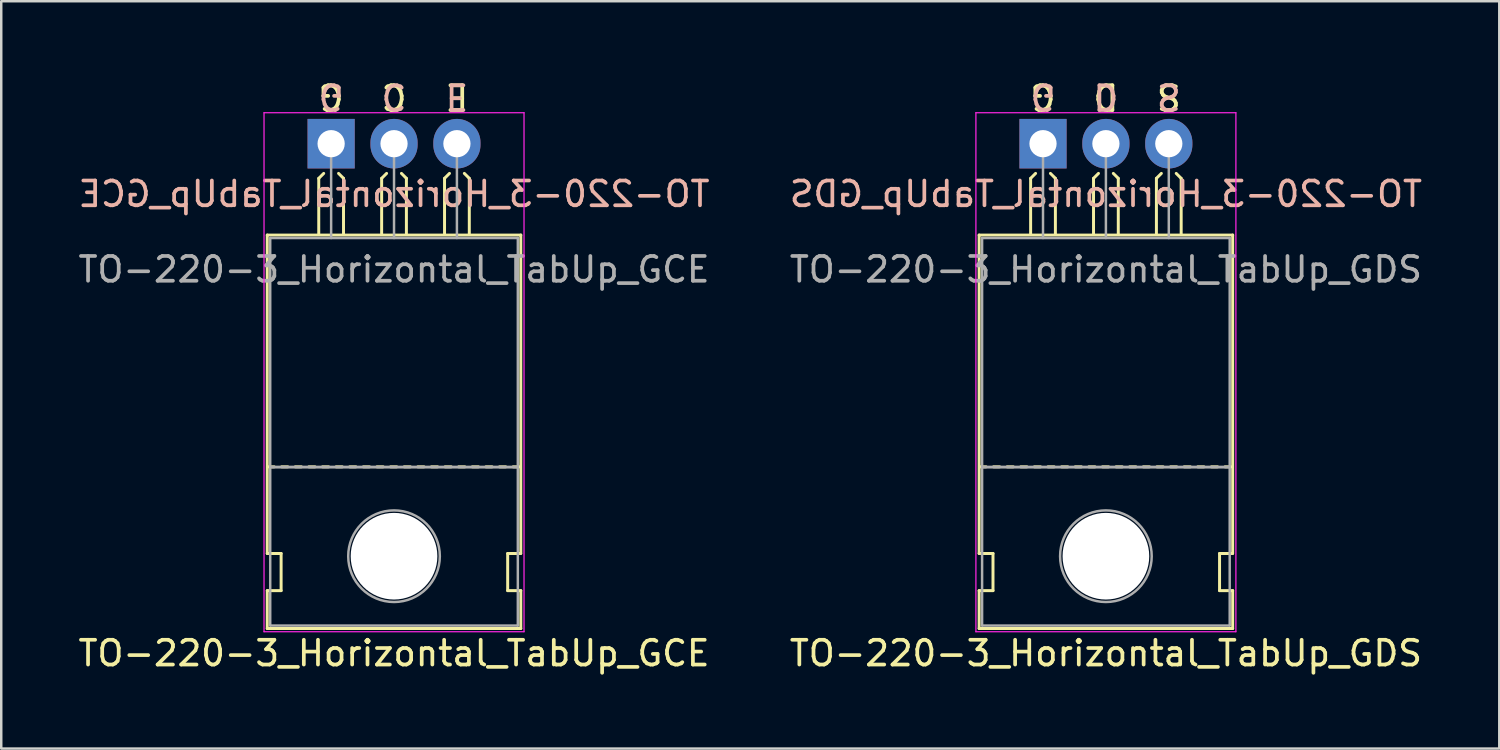
<source format=kicad_pcb>
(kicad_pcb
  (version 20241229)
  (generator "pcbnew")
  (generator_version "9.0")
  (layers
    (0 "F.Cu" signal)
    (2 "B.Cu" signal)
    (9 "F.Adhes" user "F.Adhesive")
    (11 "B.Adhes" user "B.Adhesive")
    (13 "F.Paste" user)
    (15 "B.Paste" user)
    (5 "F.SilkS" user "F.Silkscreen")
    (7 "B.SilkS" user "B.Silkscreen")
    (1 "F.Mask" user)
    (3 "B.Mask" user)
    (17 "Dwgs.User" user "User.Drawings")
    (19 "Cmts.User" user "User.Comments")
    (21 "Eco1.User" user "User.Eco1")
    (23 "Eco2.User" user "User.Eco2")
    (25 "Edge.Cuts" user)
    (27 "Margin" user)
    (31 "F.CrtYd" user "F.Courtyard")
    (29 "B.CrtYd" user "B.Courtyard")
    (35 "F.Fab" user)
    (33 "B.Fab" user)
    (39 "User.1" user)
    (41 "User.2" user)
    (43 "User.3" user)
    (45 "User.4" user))
  (footprint "TO-220-3_Horizontal_TabUp_GDS"
    (layer "F.Cu")
    (at 39.073 2.753)
    (property "Reference" "TO-220-3_Horizontal_TabUp_GDS" (at 2.54 20.58 0) (layer "F.SilkS") (effects (font (size 1 1) (thickness 0.15))))
    (fp_line (start -2.58 16.55) (end -2.58 3.69) (stroke (width 0.12) (type solid)) (layer "F.SilkS"))
    (fp_line (start -2.58 16.55) (end -2.02 16.55) (stroke (width 0.12) (type solid)) (layer "F.SilkS"))
    (fp_line (start -2.58 19.58) (end -2.58 18.05) (stroke (width 0.12) (type solid)) (layer "F.SilkS"))
    (fp_line (start -2.3 13.05) (end -2.55 13.05) (stroke (width 0.12) (type solid)) (layer "F.SilkS"))
    (fp_line (start -2.02 16.55) (end -2.02 18.05) (stroke (width 0.12) (type solid)) (layer "F.SilkS"))
    (fp_line (start -2.02 18.05) (end -2.58 18.05) (stroke (width 0.12) (type solid)) (layer "F.SilkS"))
    (fp_line (start -1.75 13.05) (end -2 13.05) (stroke (width 0.12) (type solid)) (layer "F.SilkS"))
    (fp_line (start -1.2 13.05) (end -1.45 13.05) (stroke (width 0.12) (type solid)) (layer "F.SilkS"))
    (fp_line (start -0.65 13.05) (end -0.9 13.05) (stroke (width 0.12) (type solid)) (layer "F.SilkS"))
    (fp_line (start -0.5 1.4) (end -0.3 1.2) (stroke (width 0.12) (type solid)) (layer "F.SilkS"))
    (fp_line (start -0.5 3.65) (end -0.5 1.4) (stroke (width 0.12) (type solid)) (layer "F.SilkS"))
    (fp_line (start -0.1 13.05) (end -0.35 13.05) (stroke (width 0.12) (type solid)) (layer "F.SilkS"))
    (fp_line (start 0.45 13.05) (end 0.2 13.05) (stroke (width 0.12) (type solid)) (layer "F.SilkS"))
    (fp_line (start 0.5 1.4) (end 0.3 1.2) (stroke (width 0.12) (type solid)) (layer "F.SilkS"))
    (fp_line (start 0.5 3.65) (end 0.5 1.4) (stroke (width 0.12) (type solid)) (layer "F.SilkS"))
    (fp_line (start 1 13.05) (end 0.75 13.05) (stroke (width 0.12) (type solid)) (layer "F.SilkS"))
    (fp_line (start 1.55 13.05) (end 1.3 13.05) (stroke (width 0.12) (type solid)) (layer "F.SilkS"))
    (fp_line (start 2.04 1.4) (end 2.24 1.2) (stroke (width 0.12) (type solid)) (layer "F.SilkS"))
    (fp_line (start 2.04 3.65) (end 2.04 1.4) (stroke (width 0.12) (type solid)) (layer "F.SilkS"))
    (fp_line (start 2.1 13.05) (end 1.85 13.05) (stroke (width 0.12) (type solid)) (layer "F.SilkS"))
    (fp_line (start 2.65 13.05) (end 2.4 13.05) (stroke (width 0.12) (type solid)) (layer "F.SilkS"))
    (fp_line (start 3.04 1.4) (end 2.84 1.2) (stroke (width 0.12) (type solid)) (layer "F.SilkS"))
    (fp_line (start 3.04 3.65) (end 3.04 1.4) (stroke (width 0.12) (type solid)) (layer "F.SilkS"))
    (fp_line (start 3.2 13.05) (end 2.95 13.05) (stroke (width 0.12) (type solid)) (layer "F.SilkS"))
    (fp_line (start 3.75 13.05) (end 3.5 13.05) (stroke (width 0.12) (type solid)) (layer "F.SilkS"))
    (fp_line (start 4.3 13.05) (end 4.05 13.05) (stroke (width 0.12) (type solid)) (layer "F.SilkS"))
    (fp_line (start 4.58 1.4) (end 4.78 1.2) (stroke (width 0.12) (type solid)) (layer "F.SilkS"))
    (fp_line (start 4.58 3.65) (end 4.58 1.4) (stroke (width 0.12) (type solid)) (layer "F.SilkS"))
    (fp_line (start 4.85 13.05) (end 4.6 13.05) (stroke (width 0.12) (type solid)) (layer "F.SilkS"))
    (fp_line (start 5.4 13.05) (end 5.15 13.05) (stroke (width 0.12) (type solid)) (layer "F.SilkS"))
    (fp_line (start 5.58 1.4) (end 5.38 1.2) (stroke (width 0.12) (type solid)) (layer "F.SilkS"))
    (fp_line (start 5.58 3.65) (end 5.58 1.4) (stroke (width 0.12) (type solid)) (layer "F.SilkS"))
    (fp_line (start 5.95 13.05) (end 5.7 13.05) (stroke (width 0.12) (type solid)) (layer "F.SilkS"))
    (fp_line (start 6.5 13.05) (end 6.25 13.05) (stroke (width 0.12) (type solid)) (layer "F.SilkS"))
    (fp_line (start 7.05 13.05) (end 6.8 13.05) (stroke (width 0.12) (type solid)) (layer "F.SilkS"))
    (fp_line (start 7.13 16.55) (end 7.655 16.55) (stroke (width 0.12) (type solid)) (layer "F.SilkS"))
    (fp_line (start 7.13 18.05) (end 7.13 16.55) (stroke (width 0.12) (type solid)) (layer "F.SilkS"))
    (fp_line (start 7.6 13.05) (end 7.35 13.05) (stroke (width 0.12) (type solid)) (layer "F.SilkS"))
    (fp_line (start 7.66 3.69) (end -2.58 3.69) (stroke (width 0.12) (type solid)) (layer "F.SilkS"))
    (fp_line (start 7.66 16.55) (end 7.66 3.69) (stroke (width 0.12) (type solid)) (layer "F.SilkS"))
    (fp_line (start 7.66 18.05) (end 7.13 18.05) (stroke (width 0.12) (type solid)) (layer "F.SilkS"))
    (fp_line (start 7.66 19.58) (end -2.58 19.58) (stroke (width 0.12) (type solid)) (layer "F.SilkS"))
    (fp_line (start 7.66 19.58) (end 7.66 18.05) (stroke (width 0.12) (type solid)) (layer "F.SilkS"))
    (fp_line (start -2.71 -1.25) (end -2.71 19.71) (stroke (width 0.05) (type solid)) (layer "F.CrtYd"))
    (fp_line (start -2.71 19.71) (end 7.79 19.71) (stroke (width 0.05) (type solid)) (layer "F.CrtYd"))
    (fp_line (start 7.79 -1.25) (end -2.71 -1.25) (stroke (width 0.05) (type solid)) (layer "F.CrtYd"))
    (fp_line (start 7.79 19.71) (end 7.79 -1.25) (stroke (width 0.05) (type solid)) (layer "F.CrtYd"))
    (fp_line (start -2.46 3.81) (end -2.46 13.06) (stroke (width 0.1) (type solid)) (layer "F.Fab"))
    (fp_line (start -2.46 13.06) (end -2.46 19.46) (stroke (width 0.1) (type solid)) (layer "F.Fab"))
    (fp_line (start -2.46 13.06) (end 7.54 13.06) (stroke (width 0.1) (type solid)) (layer "F.Fab"))
    (fp_line (start -2.46 19.46) (end 7.54 19.46) (stroke (width 0.1) (type solid)) (layer "F.Fab"))
    (fp_line (start 0 3.81) (end 0 0) (stroke (width 0.1) (type solid)) (layer "F.Fab"))
    (fp_line (start 2.54 3.81) (end 2.54 0) (stroke (width 0.1) (type solid)) (layer "F.Fab"))
    (fp_line (start 5.08 3.81) (end 5.08 0) (stroke (width 0.1) (type solid)) (layer "F.Fab"))
    (fp_line (start 7.54 3.81) (end -2.46 3.81) (stroke (width 0.1) (type solid)) (layer "F.Fab"))
    (fp_line (start 7.54 13.06) (end -2.46 13.06) (stroke (width 0.1) (type solid)) (layer "F.Fab"))
    (fp_line (start 7.54 13.06) (end 7.54 3.81) (stroke (width 0.1) (type solid)) (layer "F.Fab"))
    (fp_line (start 7.54 19.46) (end 7.54 13.06) (stroke (width 0.1) (type solid)) (layer "F.Fab"))
    (fp_circle (center 2.54 16.66) (end 4.39 16.66) (stroke (width 0.1) (type solid)) (fill no) (layer "F.Fab"))
    (fp_text user "S" (at 5.08 -1.905 180) (unlocked yes) (layer "F.SilkS") (effects (font (size 1 1) (thickness 0.15))))
    (fp_text user "G" (at 0 -1.905 180) (unlocked yes) (layer "F.SilkS") (effects (font (size 1 1) (thickness 0.15))))
    (fp_text user "D" (at 2.54 -1.905 180) (unlocked yes) (layer "F.SilkS") (effects (font (size 1 1) (thickness 0.15))))
    (fp_text user "D" (at 2.54 -1.905 180) (unlocked yes) (layer "B.SilkS") (effects (font (size 1 1) (thickness 0.15)) (justify mirror)))
    (fp_text user "${REFERENCE}" (at 2.54 2.032 0) (layer "B.SilkS") (effects (font (size 1 1) (thickness 0.15)) (justify mirror)))
    (fp_text user "S" (at 5.08 -1.905 180) (unlocked yes) (layer "B.SilkS") (effects (font (size 1 1) (thickness 0.15)) (justify mirror)))
    (fp_text user "G" (at 0 -1.905 180) (unlocked yes) (layer "B.SilkS") (effects (font (size 1 1) (thickness 0.15)) (justify mirror)))
    (fp_text user "${REFERENCE}" (at 2.54 5.08 0) (layer "F.Fab") (effects (font (size 1 1) (thickness 0.15))))
    (pad "" np_thru_hole oval (at 2.54 16.66) (size 3.5 3.5) (drill 3.5) (layers "*.Cu" "*.Mask"))
    (pad "1" thru_hole rect (at 0 0) (size 1.905 2) (drill 1.1) (layers "*.Cu" "*.Mask"))
    (pad "2" thru_hole oval (at 2.54 0) (size 1.905 2) (drill 1.1) (layers "*.Cu" "*.Mask"))
    (pad "3" thru_hole oval (at 5.08 0) (size 1.905 2) (drill 1.1) (layers "*.Cu" "*.Mask")))
  (footprint "TO-220-3_Horizontal_TabUp_GCE"
    (layer "F.Cu")
    (at 10.323 2.753)
    (property "Reference" "TO-220-3_Horizontal_TabUp_GCE" (at 2.54 20.58 0) (layer "F.SilkS") (effects (font (size 1 1) (thickness 0.15))))
    (fp_line (start -2.58 16.55) (end -2.58 3.69) (stroke (width 0.12) (type solid)) (layer "F.SilkS"))
    (fp_line (start -2.58 16.55) (end -2.02 16.55) (stroke (width 0.12) (type solid)) (layer "F.SilkS"))
    (fp_line (start -2.58 19.58) (end -2.58 18.05) (stroke (width 0.12) (type solid)) (layer "F.SilkS"))
    (fp_line (start -2.3 13.05) (end -2.55 13.05) (stroke (width 0.12) (type solid)) (layer "F.SilkS"))
    (fp_line (start -2.02 16.55) (end -2.02 18.05) (stroke (width 0.12) (type solid)) (layer "F.SilkS"))
    (fp_line (start -2.02 18.05) (end -2.58 18.05) (stroke (width 0.12) (type solid)) (layer "F.SilkS"))
    (fp_line (start -1.75 13.05) (end -2 13.05) (stroke (width 0.12) (type solid)) (layer "F.SilkS"))
    (fp_line (start -1.2 13.05) (end -1.45 13.05) (stroke (width 0.12) (type solid)) (layer "F.SilkS"))
    (fp_line (start -0.65 13.05) (end -0.9 13.05) (stroke (width 0.12) (type solid)) (layer "F.SilkS"))
    (fp_line (start -0.5 1.4) (end -0.3 1.2) (stroke (width 0.12) (type solid)) (layer "F.SilkS"))
    (fp_line (start -0.5 3.65) (end -0.5 1.4) (stroke (width 0.12) (type solid)) (layer "F.SilkS"))
    (fp_line (start -0.1 13.05) (end -0.35 13.05) (stroke (width 0.12) (type solid)) (layer "F.SilkS"))
    (fp_line (start 0.45 13.05) (end 0.2 13.05) (stroke (width 0.12) (type solid)) (layer "F.SilkS"))
    (fp_line (start 0.5 1.4) (end 0.3 1.2) (stroke (width 0.12) (type solid)) (layer "F.SilkS"))
    (fp_line (start 0.5 3.65) (end 0.5 1.4) (stroke (width 0.12) (type solid)) (layer "F.SilkS"))
    (fp_line (start 1 13.05) (end 0.75 13.05) (stroke (width 0.12) (type solid)) (layer "F.SilkS"))
    (fp_line (start 1.55 13.05) (end 1.3 13.05) (stroke (width 0.12) (type solid)) (layer "F.SilkS"))
    (fp_line (start 2.04 1.4) (end 2.24 1.2) (stroke (width 0.12) (type solid)) (layer "F.SilkS"))
    (fp_line (start 2.04 3.65) (end 2.04 1.4) (stroke (width 0.12) (type solid)) (layer "F.SilkS"))
    (fp_line (start 2.1 13.05) (end 1.85 13.05) (stroke (width 0.12) (type solid)) (layer "F.SilkS"))
    (fp_line (start 2.65 13.05) (end 2.4 13.05) (stroke (width 0.12) (type solid)) (layer "F.SilkS"))
    (fp_line (start 3.04 1.4) (end 2.84 1.2) (stroke (width 0.12) (type solid)) (layer "F.SilkS"))
    (fp_line (start 3.04 3.65) (end 3.04 1.4) (stroke (width 0.12) (type solid)) (layer "F.SilkS"))
    (fp_line (start 3.2 13.05) (end 2.95 13.05) (stroke (width 0.12) (type solid)) (layer "F.SilkS"))
    (fp_line (start 3.75 13.05) (end 3.5 13.05) (stroke (width 0.12) (type solid)) (layer "F.SilkS"))
    (fp_line (start 4.3 13.05) (end 4.05 13.05) (stroke (width 0.12) (type solid)) (layer "F.SilkS"))
    (fp_line (start 4.58 1.4) (end 4.78 1.2) (stroke (width 0.12) (type solid)) (layer "F.SilkS"))
    (fp_line (start 4.58 3.65) (end 4.58 1.4) (stroke (width 0.12) (type solid)) (layer "F.SilkS"))
    (fp_line (start 4.85 13.05) (end 4.6 13.05) (stroke (width 0.12) (type solid)) (layer "F.SilkS"))
    (fp_line (start 5.4 13.05) (end 5.15 13.05) (stroke (width 0.12) (type solid)) (layer "F.SilkS"))
    (fp_line (start 5.58 1.4) (end 5.38 1.2) (stroke (width 0.12) (type solid)) (layer "F.SilkS"))
    (fp_line (start 5.58 3.65) (end 5.58 1.4) (stroke (width 0.12) (type solid)) (layer "F.SilkS"))
    (fp_line (start 5.95 13.05) (end 5.7 13.05) (stroke (width 0.12) (type solid)) (layer "F.SilkS"))
    (fp_line (start 6.5 13.05) (end 6.25 13.05) (stroke (width 0.12) (type solid)) (layer "F.SilkS"))
    (fp_line (start 7.05 13.05) (end 6.8 13.05) (stroke (width 0.12) (type solid)) (layer "F.SilkS"))
    (fp_line (start 7.13 16.55) (end 7.655 16.55) (stroke (width 0.12) (type solid)) (layer "F.SilkS"))
    (fp_line (start 7.13 18.05) (end 7.13 16.55) (stroke (width 0.12) (type solid)) (layer "F.SilkS"))
    (fp_line (start 7.6 13.05) (end 7.35 13.05) (stroke (width 0.12) (type solid)) (layer "F.SilkS"))
    (fp_line (start 7.66 3.69) (end -2.58 3.69) (stroke (width 0.12) (type solid)) (layer "F.SilkS"))
    (fp_line (start 7.66 16.55) (end 7.66 3.69) (stroke (width 0.12) (type solid)) (layer "F.SilkS"))
    (fp_line (start 7.66 18.05) (end 7.13 18.05) (stroke (width 0.12) (type solid)) (layer "F.SilkS"))
    (fp_line (start 7.66 19.58) (end -2.58 19.58) (stroke (width 0.12) (type solid)) (layer "F.SilkS"))
    (fp_line (start 7.66 19.58) (end 7.66 18.05) (stroke (width 0.12) (type solid)) (layer "F.SilkS"))
    (fp_line (start -2.71 -1.25) (end -2.71 19.71) (stroke (width 0.05) (type solid)) (layer "F.CrtYd"))
    (fp_line (start -2.71 19.71) (end 7.79 19.71) (stroke (width 0.05) (type solid)) (layer "F.CrtYd"))
    (fp_line (start 7.79 -1.25) (end -2.71 -1.25) (stroke (width 0.05) (type solid)) (layer "F.CrtYd"))
    (fp_line (start 7.79 19.71) (end 7.79 -1.25) (stroke (width 0.05) (type solid)) (layer "F.CrtYd"))
    (fp_line (start -2.46 3.81) (end -2.46 13.06) (stroke (width 0.1) (type solid)) (layer "F.Fab"))
    (fp_line (start -2.46 13.06) (end -2.46 19.46) (stroke (width 0.1) (type solid)) (layer "F.Fab"))
    (fp_line (start -2.46 13.06) (end 7.54 13.06) (stroke (width 0.1) (type solid)) (layer "F.Fab"))
    (fp_line (start -2.46 19.46) (end 7.54 19.46) (stroke (width 0.1) (type solid)) (layer "F.Fab"))
    (fp_line (start 0 3.81) (end 0 0) (stroke (width 0.1) (type solid)) (layer "F.Fab"))
    (fp_line (start 2.54 3.81) (end 2.54 0) (stroke (width 0.1) (type solid)) (layer "F.Fab"))
    (fp_line (start 5.08 3.81) (end 5.08 0) (stroke (width 0.1) (type solid)) (layer "F.Fab"))
    (fp_line (start 7.54 3.81) (end -2.46 3.81) (stroke (width 0.1) (type solid)) (layer "F.Fab"))
    (fp_line (start 7.54 13.06) (end -2.46 13.06) (stroke (width 0.1) (type solid)) (layer "F.Fab"))
    (fp_line (start 7.54 13.06) (end 7.54 3.81) (stroke (width 0.1) (type solid)) (layer "F.Fab"))
    (fp_line (start 7.54 19.46) (end 7.54 13.06) (stroke (width 0.1) (type solid)) (layer "F.Fab"))
    (fp_circle (center 2.54 16.66) (end 4.39 16.66) (stroke (width 0.1) (type solid)) (fill no) (layer "F.Fab"))
    (fp_text user "C" (at 2.54 -1.905 180) (unlocked yes) (layer "F.SilkS") (effects (font (size 1 1) (thickness 0.15))))
    (fp_text user "E" (at 5.08 -1.905 180) (unlocked yes) (layer "F.SilkS") (effects (font (size 1 1) (thickness 0.15))))
    (fp_text user "G" (at 0 -1.905 180) (unlocked yes) (layer "F.SilkS") (effects (font (size 1 1) (thickness 0.15))))
    (fp_text user "C" (at 2.54 -1.905 180) (unlocked yes) (layer "B.SilkS") (effects (font (size 1 1) (thickness 0.15)) (justify mirror)))
    (fp_text user "${REFERENCE}" (at 2.54 2.032 0) (layer "B.SilkS") (effects (font (size 1 1) (thickness 0.15)) (justify mirror)))
    (fp_text user "G" (at 0 -1.905 180) (unlocked yes) (layer "B.SilkS") (effects (font (size 1 1) (thickness 0.15)) (justify mirror)))
    (fp_text user "E" (at 5.08 -1.905 180) (unlocked yes) (layer "B.SilkS") (effects (font (size 1 1) (thickness 0.15)) (justify mirror)))
    (fp_text user "${REFERENCE}" (at 2.54 5.08 0) (layer "F.Fab") (effects (font (size 1 1) (thickness 0.15))))
    (pad "" np_thru_hole oval (at 2.54 16.66) (size 3.5 3.5) (drill 3.5) (layers "*.Cu" "*.Mask"))
    (pad "1" thru_hole rect (at 0 0) (size 1.905 2) (drill 1.1) (layers "*.Cu" "*.Mask"))
    (pad "2" thru_hole oval (at 2.54 0) (size 1.905 2) (drill 1.1) (layers "*.Cu" "*.Mask"))
    (pad "3" thru_hole oval (at 5.08 0) (size 1.905 2) (drill 1.1) (layers "*.Cu" "*.Mask")))
  (gr_rect
    (start -3 -3)
    (end 57.5 27.181)
    (stroke (width 0.1) (type default))
    (fill no)
    (layer "Edge.Cuts")))
</source>
